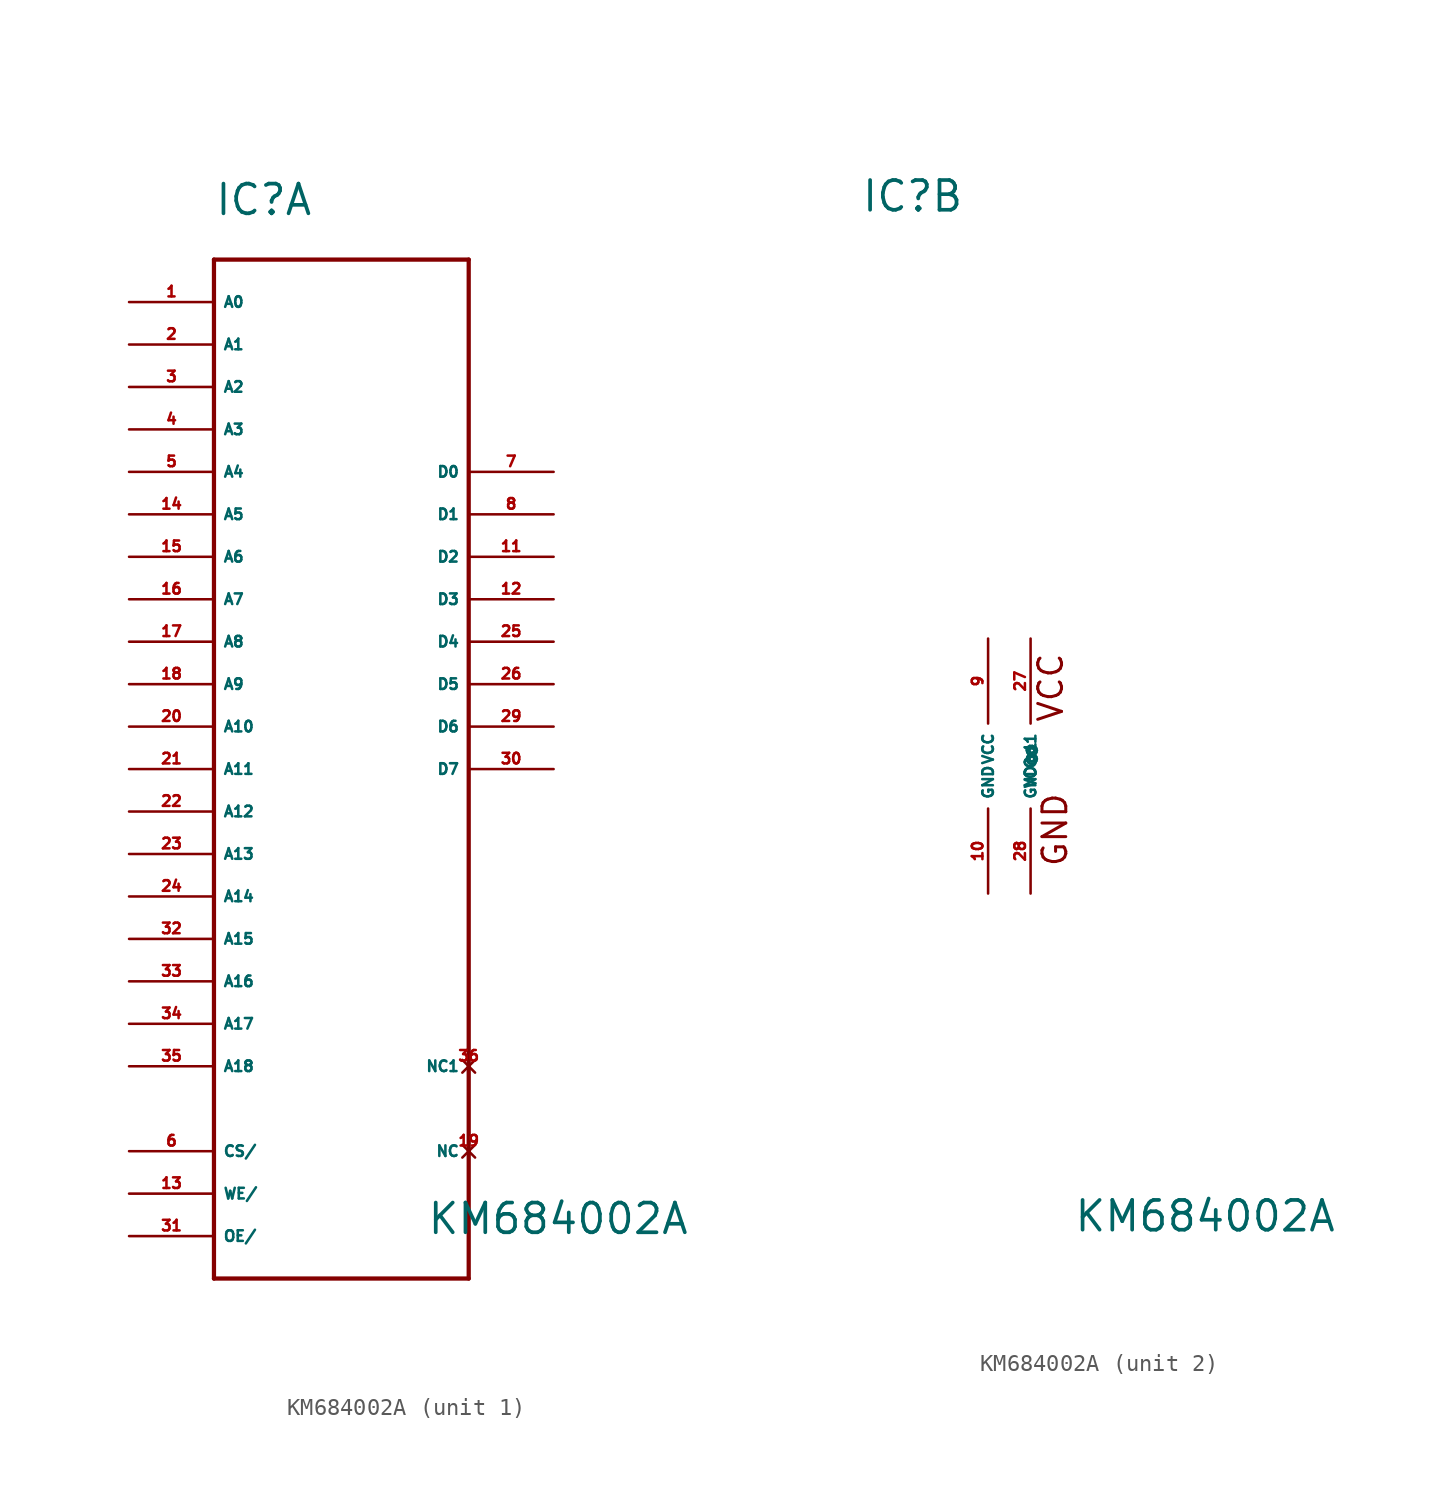
<source format=kicad_sym>
(kicad_symbol_lib
  (version 20220914)
  (generator Eagle2Kicad)
  (symbol "KM684002A"
    (property "Reference" "IC"
      (at -7.62 33.02 0)
      (effects (font (size 1.778 1.778) (thickness 0.22)) (justify left bottom)))
    (property "Value" "KM684002A"
      (at 5.08 -27.94 0)
      (effects (font (size 1.778 1.778) (thickness 0.22)) (justify left bottom)))
    (symbol "KM684002A_1_0"
      (polyline (pts (xy -7.62 30.48) (xy 7.62 30.48)) (stroke (width 0.254) (type default)) (fill (type none)))
      (polyline (pts (xy 7.62 30.48) (xy 7.62 -30.48)) (stroke (width 0.254) (type default)) (fill (type none)))
      (polyline (pts (xy 7.62 -30.48) (xy -7.62 -30.48)) (stroke (width 0.254) (type default)) (fill (type none)))
      (polyline (pts (xy -7.62 -30.48) (xy -7.62 30.48)) (stroke (width 0.254) (type default)) (fill (type none)))
      (pin input line (at -12.7 27.94 0) (length 5.08) (name "A0" (effects (font (size 0.635 0.635) (thickness 0.08)) (justify left bottom))) (number "1" (effects (font (size 0.635 0.635) (thickness 0.08)) (justify left bottom))))
      (pin input line (at -12.7 25.4 0) (length 5.08) (name "A1" (effects (font (size 0.635 0.635) (thickness 0.08)) (justify left bottom))) (number "2" (effects (font (size 0.635 0.635) (thickness 0.08)) (justify left bottom))))
      (pin input line (at -12.7 22.86 0) (length 5.08) (name "A2" (effects (font (size 0.635 0.635) (thickness 0.08)) (justify left bottom))) (number "3" (effects (font (size 0.635 0.635) (thickness 0.08)) (justify left bottom))))
      (pin input line (at -12.7 20.32 0) (length 5.08) (name "A3" (effects (font (size 0.635 0.635) (thickness 0.08)) (justify left bottom))) (number "4" (effects (font (size 0.635 0.635) (thickness 0.08)) (justify left bottom))))
      (pin input line (at -12.7 17.78 0) (length 5.08) (name "A4" (effects (font (size 0.635 0.635) (thickness 0.08)) (justify left bottom))) (number "5" (effects (font (size 0.635 0.635) (thickness 0.08)) (justify left bottom))))
      (pin input line (at -12.7 15.24 0) (length 5.08) (name "A5" (effects (font (size 0.635 0.635) (thickness 0.08)) (justify left bottom))) (number "14" (effects (font (size 0.635 0.635) (thickness 0.08)) (justify left bottom))))
      (pin input line (at -12.7 12.7 0) (length 5.08) (name "A6" (effects (font (size 0.635 0.635) (thickness 0.08)) (justify left bottom))) (number "15" (effects (font (size 0.635 0.635) (thickness 0.08)) (justify left bottom))))
      (pin input line (at -12.7 10.16 0) (length 5.08) (name "A7" (effects (font (size 0.635 0.635) (thickness 0.08)) (justify left bottom))) (number "16" (effects (font (size 0.635 0.635) (thickness 0.08)) (justify left bottom))))
      (pin input line (at -12.7 7.62 0) (length 5.08) (name "A8" (effects (font (size 0.635 0.635) (thickness 0.08)) (justify left bottom))) (number "17" (effects (font (size 0.635 0.635) (thickness 0.08)) (justify left bottom))))
      (pin input line (at -12.7 5.08 0) (length 5.08) (name "A9" (effects (font (size 0.635 0.635) (thickness 0.08)) (justify left bottom))) (number "18" (effects (font (size 0.635 0.635) (thickness 0.08)) (justify left bottom))))
      (pin input line (at -12.7 -22.86 0) (length 5.08) (name "CS/" (effects (font (size 0.635 0.635) (thickness 0.08)) (justify left bottom))) (number "6" (effects (font (size 0.635 0.635) (thickness 0.08)) (justify left bottom))))
      (pin input line (at -12.7 -25.4 0) (length 5.08) (name "WE/" (effects (font (size 0.635 0.635) (thickness 0.08)) (justify left bottom))) (number "13" (effects (font (size 0.635 0.635) (thickness 0.08)) (justify left bottom))))
      (pin input line (at -12.7 -27.94 0) (length 5.08) (name "OE/" (effects (font (size 0.635 0.635) (thickness 0.08)) (justify left bottom))) (number "31" (effects (font (size 0.635 0.635) (thickness 0.08)) (justify left bottom))))
      (pin input line (at -12.7 2.54 0) (length 5.08) (name "A10" (effects (font (size 0.635 0.635) (thickness 0.08)) (justify left bottom))) (number "20" (effects (font (size 0.635 0.635) (thickness 0.08)) (justify left bottom))))
      (pin input line (at -12.7 0 0) (length 5.08) (name "A11" (effects (font (size 0.635 0.635) (thickness 0.08)) (justify left bottom))) (number "21" (effects (font (size 0.635 0.635) (thickness 0.08)) (justify left bottom))))
      (pin input line (at -12.7 -2.54 0) (length 5.08) (name "A12" (effects (font (size 0.635 0.635) (thickness 0.08)) (justify left bottom))) (number "22" (effects (font (size 0.635 0.635) (thickness 0.08)) (justify left bottom))))
      (pin input line (at -12.7 -5.08 0) (length 5.08) (name "A13" (effects (font (size 0.635 0.635) (thickness 0.08)) (justify left bottom))) (number "23" (effects (font (size 0.635 0.635) (thickness 0.08)) (justify left bottom))))
      (pin input line (at -12.7 -7.62 0) (length 5.08) (name "A14" (effects (font (size 0.635 0.635) (thickness 0.08)) (justify left bottom))) (number "24" (effects (font (size 0.635 0.635) (thickness 0.08)) (justify left bottom))))
      (pin input line (at -12.7 -10.16 0) (length 5.08) (name "A15" (effects (font (size 0.635 0.635) (thickness 0.08)) (justify left bottom))) (number "32" (effects (font (size 0.635 0.635) (thickness 0.08)) (justify left bottom))))
      (pin input line (at -12.7 -12.7 0) (length 5.08) (name "A16" (effects (font (size 0.635 0.635) (thickness 0.08)) (justify left bottom))) (number "33" (effects (font (size 0.635 0.635) (thickness 0.08)) (justify left bottom))))
      (pin input line (at -12.7 -15.24 0) (length 5.08) (name "A17" (effects (font (size 0.635 0.635) (thickness 0.08)) (justify left bottom))) (number "34" (effects (font (size 0.635 0.635) (thickness 0.08)) (justify left bottom))))
      (pin input line (at -12.7 -17.78 0) (length 5.08) (name "A18" (effects (font (size 0.635 0.635) (thickness 0.08)) (justify left bottom))) (number "35" (effects (font (size 0.635 0.635) (thickness 0.08)) (justify left bottom))))
      (pin tri_state line (at 12.7 17.78 180) (length 5.08) (name "D0" (effects (font (size 0.635 0.635) (thickness 0.08)) (justify left bottom))) (number "7" (effects (font (size 0.635 0.635) (thickness 0.08)) (justify left bottom))))
      (pin tri_state line (at 12.7 15.24 180) (length 5.08) (name "D1" (effects (font (size 0.635 0.635) (thickness 0.08)) (justify left bottom))) (number "8" (effects (font (size 0.635 0.635) (thickness 0.08)) (justify left bottom))))
      (pin tri_state line (at 12.7 12.7 180) (length 5.08) (name "D2" (effects (font (size 0.635 0.635) (thickness 0.08)) (justify left bottom))) (number "11" (effects (font (size 0.635 0.635) (thickness 0.08)) (justify left bottom))))
      (pin tri_state line (at 12.7 10.16 180) (length 5.08) (name "D3" (effects (font (size 0.635 0.635) (thickness 0.08)) (justify left bottom))) (number "12" (effects (font (size 0.635 0.635) (thickness 0.08)) (justify left bottom))))
      (pin tri_state line (at 12.7 7.62 180) (length 5.08) (name "D4" (effects (font (size 0.635 0.635) (thickness 0.08)) (justify left bottom))) (number "25" (effects (font (size 0.635 0.635) (thickness 0.08)) (justify left bottom))))
      (pin tri_state line (at 12.7 5.08 180) (length 5.08) (name "D5" (effects (font (size 0.635 0.635) (thickness 0.08)) (justify left bottom))) (number "26" (effects (font (size 0.635 0.635) (thickness 0.08)) (justify left bottom))))
      (pin tri_state line (at 12.7 2.54 180) (length 5.08) (name "D6" (effects (font (size 0.635 0.635) (thickness 0.08)) (justify left bottom))) (number "29" (effects (font (size 0.635 0.635) (thickness 0.08)) (justify left bottom))))
      (pin tri_state line (at 12.7 0 180) (length 5.08) (name "D7" (effects (font (size 0.635 0.635) (thickness 0.08)) (justify left bottom))) (number "30" (effects (font (size 0.635 0.635) (thickness 0.08)) (justify left bottom))))
      (pin no_connect line (at 7.62 -22.86 180) (length 0) (name "NC" (effects (font (size 0.635 0.635) (thickness 0.08)) (justify left bottom) hide)) (number "19" (effects (font (size 0.635 0.635) (thickness 0.08)) (justify left bottom) hide)))
      (pin no_connect line (at 7.62 -17.78 180) (length 0) (name "NC1" (effects (font (size 0.635 0.635) (thickness 0.08)) (justify left bottom) hide)) (number "36" (effects (font (size 0.635 0.635) (thickness 0.08)) (justify left bottom) hide))))
    (symbol "KM684002A_2_0"
      (text "VCC" (at 4.572 2.54 900) (effects (font (size 1.422 1.422) (thickness 0.18)) (justify left bottom)))
      (text "GND" (at 4.826 -6.096 900) (effects (font (size 1.422 1.422) (thickness 0.18)) (justify left bottom)))
      (pin unspecified line (at 0 7.62 270) (length 5.08) (name "VCC" (effects (font (size 0.635 0.635) (thickness 0.08)) (justify left bottom))) (number "9" (effects (font (size 0.635 0.635) (thickness 0.08)) (justify left bottom))))
      (pin unspecified line (at 0 -7.62 90) (length 5.08) (name "GND" (effects (font (size 0.635 0.635) (thickness 0.08)) (justify left bottom))) (number "10" (effects (font (size 0.635 0.635) (thickness 0.08)) (justify left bottom))))
      (pin unspecified line (at 2.54 -7.62 90) (length 5.08) (name "GND@1" (effects (font (size 0.635 0.635) (thickness 0.08)) (justify left bottom))) (number "28" (effects (font (size 0.635 0.635) (thickness 0.08)) (justify left bottom))))
      (pin unspecified line (at 2.54 7.62 270) (length 5.08) (name "VCC@1" (effects (font (size 0.635 0.635) (thickness 0.08)) (justify left bottom))) (number "27" (effects (font (size 0.635 0.635) (thickness 0.08)) (justify left bottom)))))))
</source>
